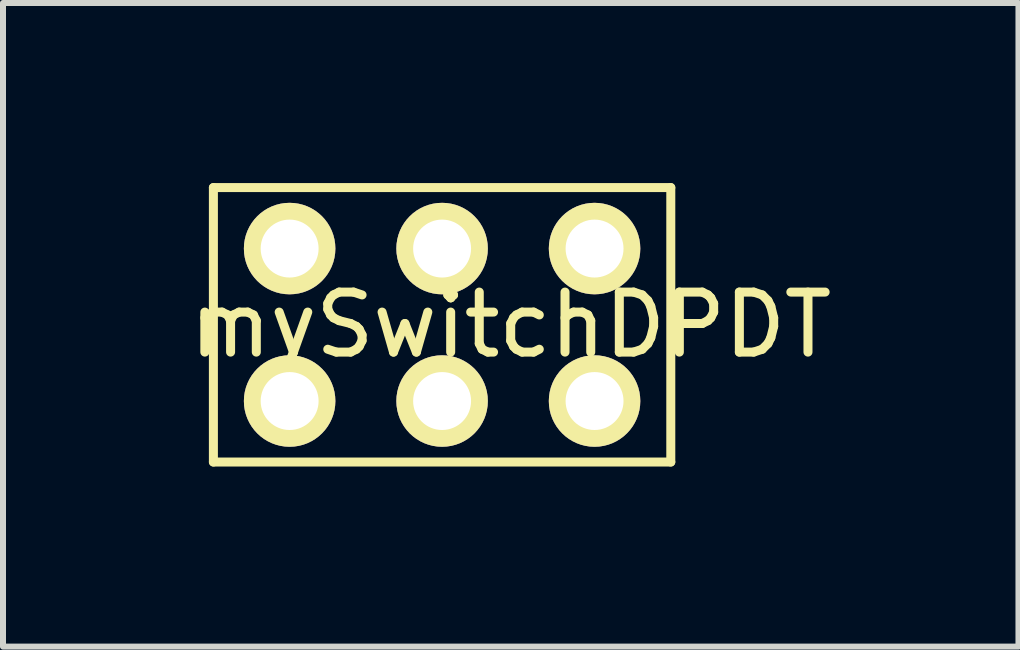
<source format=kicad_pcb>
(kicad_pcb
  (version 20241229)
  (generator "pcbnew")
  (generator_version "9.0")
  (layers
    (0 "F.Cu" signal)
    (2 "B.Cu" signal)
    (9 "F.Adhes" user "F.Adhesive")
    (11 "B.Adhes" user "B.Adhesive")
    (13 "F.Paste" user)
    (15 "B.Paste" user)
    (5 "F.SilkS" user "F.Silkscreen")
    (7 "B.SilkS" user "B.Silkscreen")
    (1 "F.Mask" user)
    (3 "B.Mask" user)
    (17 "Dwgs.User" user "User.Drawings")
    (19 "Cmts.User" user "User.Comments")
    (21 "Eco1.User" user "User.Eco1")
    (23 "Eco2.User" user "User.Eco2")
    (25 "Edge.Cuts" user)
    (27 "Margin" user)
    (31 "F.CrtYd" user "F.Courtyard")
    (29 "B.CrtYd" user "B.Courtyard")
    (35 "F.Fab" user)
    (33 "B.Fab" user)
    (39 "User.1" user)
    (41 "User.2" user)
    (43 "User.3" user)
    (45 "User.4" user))
  (footprint "mySwitchDPDT"
    (layer "F.Cu")
    (at 4.315 2.361)
    (property "Reference" "mySwitchDPDT" (at 1.143 0 0) (layer "F.SilkS") (effects (font (size 1 1) (thickness 0.15))))
    (attr through_hole)
    (fp_line (start -3.81 -2.286) (end -3.81 2.286) (stroke (width 0.15) (type solid)) (layer "F.SilkS"))
    (fp_line (start -3.81 -2.286) (end 3.81 -2.286) (stroke (width 0.15) (type solid)) (layer "F.SilkS"))
    (fp_line (start 3.81 -2.286) (end 3.81 2.286) (stroke (width 0.15) (type solid)) (layer "F.SilkS"))
    (fp_line (start 3.81 2.286) (end -3.81 2.286) (stroke (width 0.15) (type solid)) (layer "F.SilkS"))
    (pad "1" thru_hole circle (at -2.54 1.27) (size 1.524 1.524) (drill 0.965) (layers "*.Cu" "*.Mask" "F.SilkS"))
    (pad "2" thru_hole circle (at 0 1.27) (size 1.524 1.524) (drill 0.965) (layers "*.Cu" "*.Mask" "F.SilkS"))
    (pad "3" thru_hole circle (at 2.54 1.27) (size 1.524 1.524) (drill 0.965) (layers "*.Cu" "*.Mask" "F.SilkS"))
    (pad "4" thru_hole circle (at 2.54 -1.27) (size 1.524 1.524) (drill 0.965) (layers "*.Cu" "*.Mask" "F.SilkS"))
    (pad "5" thru_hole circle (at 0 -1.27) (size 1.524 1.524) (drill 0.965) (layers "*.Cu" "*.Mask" "F.SilkS"))
    (pad "6" thru_hole circle (at -2.54 -1.27) (size 1.524 1.524) (drill 0.965) (layers "*.Cu" "*.Mask" "F.SilkS")))
  (gr_rect
    (start -3 -3)
    (end 13.917 7.722)
    (stroke (width 0.1) (type default))
    (fill no)
    (layer "Edge.Cuts")))
</source>
